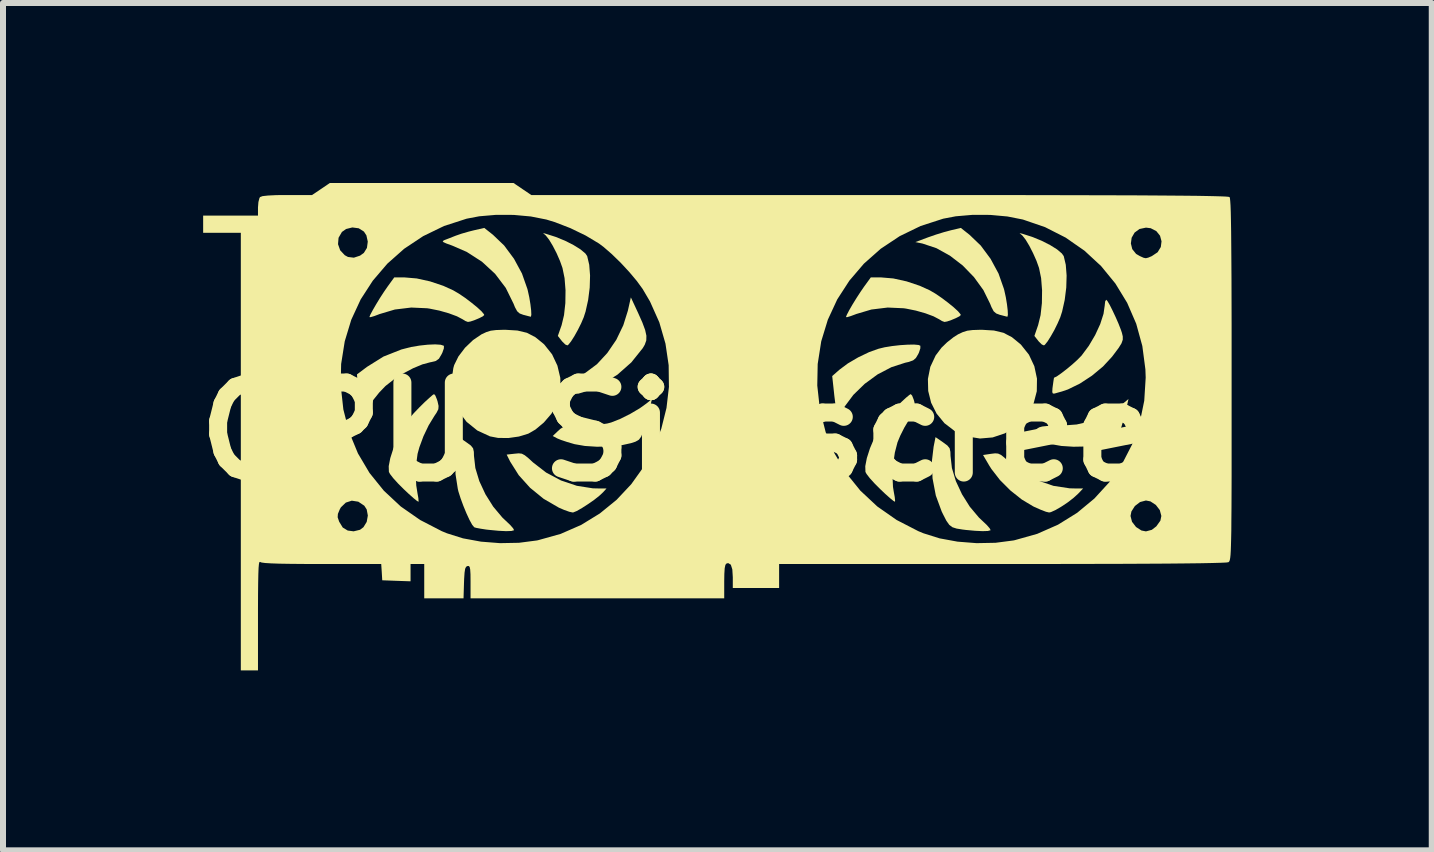
<source format=kicad_pcb>
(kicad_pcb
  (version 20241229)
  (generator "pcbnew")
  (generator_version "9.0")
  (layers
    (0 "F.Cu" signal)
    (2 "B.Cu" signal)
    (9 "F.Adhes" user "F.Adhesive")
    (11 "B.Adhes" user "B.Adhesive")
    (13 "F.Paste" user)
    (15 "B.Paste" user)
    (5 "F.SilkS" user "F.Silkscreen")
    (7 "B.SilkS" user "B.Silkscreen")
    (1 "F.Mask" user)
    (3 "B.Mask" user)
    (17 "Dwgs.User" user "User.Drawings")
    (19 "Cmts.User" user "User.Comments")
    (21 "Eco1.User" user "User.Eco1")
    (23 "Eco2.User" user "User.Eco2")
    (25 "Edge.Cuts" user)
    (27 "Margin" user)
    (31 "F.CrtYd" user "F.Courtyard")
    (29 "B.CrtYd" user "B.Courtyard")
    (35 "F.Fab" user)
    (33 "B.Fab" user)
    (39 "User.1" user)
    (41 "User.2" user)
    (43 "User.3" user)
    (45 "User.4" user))
  (footprint "GPU Silkscreen"
    (layer "F.Cu")
    (at 8.907 4.148)
    (property "Reference" "GPU Silkscreen" (at 0 0 0) (layer "F.SilkS") (effects (font (size 1.5 1.5) (thickness 0.3))))
    (attr board_only exclude_from_pos_files exclude_from_bom)
    (fp_poly (pts (xy -1.323 -1.986) (xy -1.25 -1.822) (xy -1.204 -1.698) (xy -1.183 -1.602) (xy -1.185 -1.524) (xy -1.21 -1.453) (xy -1.244 -1.395) (xy -1.434 -1.158) (xy -1.666 -0.953) (xy -1.931 -0.787) (xy -2.122 -0.702) (xy -2.241 -0.659) (xy -2.317 -0.637) (xy -2.356 -0.636) (xy -2.367 -0.656) (xy -2.361 -0.694) (xy -2.346 -0.776) (xy -2.343 -0.83) (xy -2.329 -0.88) (xy -2.283 -0.93) (xy -2.196 -0.987) (xy -2.007 -1.128) (xy -1.835 -1.314) (xy -1.685 -1.534) (xy -1.568 -1.777) (xy -1.492 -2.019) (xy -1.442 -2.241)) (stroke (width 0) (type solid)) (fill yes) (layer "F.SilkS"))
    (fp_poly (pts (xy -3.259 0.364) (xy -3.21 0.39) (xy -3.147 0.441) (xy -3.072 0.51) (xy -2.855 0.678) (xy -2.607 0.81) (xy -2.343 0.899) (xy -2.076 0.941) (xy -2.003 0.943) (xy -1.848 0.944) (xy -1.903 1.005) (xy -1.965 1.063) (xy -2.053 1.133) (xy -2.155 1.204) (xy -2.256 1.269) (xy -2.343 1.319) (xy -2.402 1.343) (xy -2.412 1.344) (xy -2.468 1.332) (xy -2.555 1.301) (xy -2.643 1.263) (xy -2.896 1.116) (xy -3.122 0.932) (xy -3.311 0.722) (xy -3.453 0.497) (xy -3.512 0.379) (xy -3.378 0.364) (xy -3.31 0.358)) (stroke (width 0) (type solid)) (fill yes) (layer "F.SilkS"))
    (fp_poly (pts (xy 4.679 0.362) (xy 4.727 0.384) (xy 4.787 0.432) (xy 4.87 0.509) (xy 5.088 0.678) (xy 5.337 0.81) (xy 5.602 0.9) (xy 5.87 0.941) (xy 5.941 0.943) (xy 6.096 0.944) (xy 6.012 1.032) (xy 5.936 1.101) (xy 5.839 1.176) (xy 5.734 1.246) (xy 5.636 1.303) (xy 5.559 1.338) (xy 5.529 1.344) (xy 5.477 1.332) (xy 5.391 1.299) (xy 5.287 1.253) (xy 5.262 1.241) (xy 5.074 1.128) (xy 4.884 0.977) (xy 4.71 0.803) (xy 4.569 0.621) (xy 4.535 0.568) (xy 4.428 0.386) (xy 4.562 0.366) (xy 4.629 0.358)) (stroke (width 0) (type solid)) (fill yes) (layer "F.SilkS"))
    (fp_poly (pts (xy 3.761 0.174) (xy 3.834 0.228) (xy 3.871 0.274) (xy 3.884 0.334) (xy 3.886 0.4) (xy 3.909 0.603) (xy 3.975 0.821) (xy 4.077 1.04) (xy 4.207 1.247) (xy 4.359 1.428) (xy 4.416 1.482) (xy 4.489 1.551) (xy 4.538 1.607) (xy 4.554 1.638) (xy 4.553 1.64) (xy 4.509 1.652) (xy 4.42 1.655) (xy 4.294 1.649) (xy 4.143 1.635) (xy 4.086 1.628) (xy 3.987 1.612) (xy 3.918 1.59) (xy 3.865 1.55) (xy 3.817 1.482) (xy 3.762 1.375) (xy 3.739 1.328) (xy 3.641 1.062) (xy 3.586 0.774) (xy 3.576 0.484) (xy 3.604 0.249) (xy 3.636 0.088)) (stroke (width 0) (type solid)) (fill yes) (layer "F.SilkS"))
    (fp_poly (pts (xy 6.808 -0.352) (xy 6.776 -0.224) (xy 6.737 -0.092) (xy 6.709 -0.008) (xy 6.673 0.08) (xy 6.635 0.131) (xy 6.577 0.164) (xy 6.505 0.188) (xy 6.342 0.224) (xy 6.145 0.244) (xy 5.935 0.248) (xy 5.734 0.235) (xy 5.562 0.205) (xy 5.551 0.202) (xy 5.439 0.169) (xy 5.339 0.136) (xy 5.274 0.109) (xy 5.272 0.108) (xy 5.199 0.069) (xy 5.286 -0.014) (xy 5.326 -0.051) (xy 5.364 -0.075) (xy 5.414 -0.089) (xy 5.487 -0.097) (xy 5.596 -0.1) (xy 5.694 -0.101) (xy 5.989 -0.123) (xy 6.251 -0.184) (xy 6.492 -0.289) (xy 6.723 -0.442) (xy 6.762 -0.473) (xy 6.852 -0.547)) (stroke (width 0) (type solid)) (fill yes) (layer "F.SilkS"))
    (fp_poly (pts (xy 4.202 -3.285) (xy 4.389 -3.106) (xy 4.553 -2.885) (xy 4.686 -2.639) (xy 4.776 -2.383) (xy 4.782 -2.36) (xy 4.808 -2.242) (xy 4.827 -2.126) (xy 4.839 -2.025) (xy 4.842 -1.952) (xy 4.835 -1.92) (xy 4.832 -1.919) (xy 4.795 -1.928) (xy 4.727 -1.946) (xy 4.71 -1.95) (xy 4.648 -1.973) (xy 4.605 -2.01) (xy 4.569 -2.078) (xy 4.546 -2.135) (xy 4.433 -2.364) (xy 4.277 -2.579) (xy 4.089 -2.773) (xy 3.877 -2.936) (xy 3.652 -3.061) (xy 3.424 -3.137) (xy 3.413 -3.14) (xy 3.3 -3.163) (xy 3.514 -3.243) (xy 3.644 -3.288) (xy 3.78 -3.33) (xy 3.893 -3.36) (xy 3.893 -3.36) (xy 4.058 -3.399)) (stroke (width 0) (type solid)) (fill yes) (layer "F.SilkS"))
    (fp_poly (pts (xy -4.183 0.174) (xy -4.109 0.228) (xy -4.072 0.274) (xy -4.059 0.333) (xy -4.057 0.4) (xy -4.034 0.603) (xy -3.968 0.821) (xy -3.866 1.04) (xy -3.736 1.247) (xy -3.584 1.428) (xy -3.527 1.482) (xy -3.454 1.551) (xy -3.405 1.607) (xy -3.389 1.638) (xy -3.39 1.64) (xy -3.433 1.652) (xy -3.522 1.655) (xy -3.646 1.649) (xy -3.794 1.635) (xy -3.85 1.629) (xy -3.947 1.614) (xy -4.021 1.6) (xy -4.053 1.59) (xy -4.087 1.549) (xy -4.132 1.467) (xy -4.183 1.357) (xy -4.234 1.233) (xy -4.28 1.108) (xy -4.316 0.995) (xy -4.326 0.953) (xy -4.365 0.703) (xy -4.365 0.462) (xy -4.34 0.268) (xy -4.309 0.087)) (stroke (width 0) (type solid)) (fill yes) (layer "F.SilkS"))
    (fp_poly (pts (xy -1.135 -0.352) (xy -1.167 -0.224) (xy -1.205 -0.092) (xy -1.234 -0.008) (xy -1.27 0.08) (xy -1.308 0.131) (xy -1.365 0.164) (xy -1.438 0.188) (xy -1.601 0.224) (xy -1.798 0.244) (xy -2.008 0.248) (xy -2.209 0.235) (xy -2.381 0.205) (xy -2.391 0.202) (xy -2.504 0.169) (xy -2.603 0.136) (xy -2.669 0.109) (xy -2.671 0.108) (xy -2.744 0.069) (xy -2.657 -0.014) (xy -2.617 -0.05) (xy -2.579 -0.074) (xy -2.529 -0.089) (xy -2.455 -0.097) (xy -2.345 -0.1) (xy -2.25 -0.102) (xy -2.016 -0.113) (xy -1.836 -0.139) (xy -1.771 -0.156) (xy -1.621 -0.215) (xy -1.453 -0.299) (xy -1.292 -0.394) (xy -1.181 -0.474) (xy -1.091 -0.547)) (stroke (width 0) (type solid)) (fill yes) (layer "F.SilkS"))
    (fp_poly (pts (xy 3.354 -1.448) (xy 3.383 -1.435) (xy 3.383 -1.392) (xy 3.36 -1.322) (xy 3.347 -1.295) (xy 3.308 -1.23) (xy 3.263 -1.192) (xy 3.192 -1.166) (xy 3.13 -1.152) (xy 2.901 -1.078) (xy 2.671 -0.958) (xy 2.456 -0.801) (xy 2.267 -0.617) (xy 2.125 -0.427) (xy 2.072 -0.343) (xy 2.032 -0.282) (xy 2.014 -0.258) (xy 2.013 -0.257) (xy 2.002 -0.281) (xy 1.989 -0.327) (xy 1.978 -0.386) (xy 1.964 -0.484) (xy 1.949 -0.605) (xy 1.943 -0.663) (xy 1.914 -0.93) (xy 2.036 -1.037) (xy 2.174 -1.14) (xy 2.346 -1.241) (xy 2.529 -1.329) (xy 2.686 -1.385) (xy 2.789 -1.41) (xy 2.913 -1.43) (xy 3.045 -1.445) (xy 3.171 -1.453) (xy 3.278 -1.455)) (stroke (width 0) (type solid)) (fill yes) (layer "F.SilkS"))
    (fp_poly (pts (xy 4.61 -1.689) (xy 4.769 -1.651) (xy 4.909 -1.578) (xy 5.046 -1.466) (xy 5.06 -1.453) (xy 5.193 -1.286) (xy 5.283 -1.094) (xy 5.327 -0.887) (xy 5.324 -0.677) (xy 5.271 -0.475) (xy 5.249 -0.425) (xy 5.128 -0.237) (xy 4.972 -0.085) (xy 4.789 0.026) (xy 4.588 0.093) (xy 4.377 0.111) (xy 4.166 0.077) (xy 4.152 0.073) (xy 3.951 -0.017) (xy 3.784 -0.145) (xy 3.654 -0.304) (xy 3.563 -0.485) (xy 3.514 -0.681) (xy 3.509 -0.882) (xy 3.549 -1.083) (xy 3.638 -1.273) (xy 3.735 -1.402) (xy 3.829 -1.493) (xy 3.937 -1.578) (xy 4.011 -1.625) (xy 4.092 -1.663) (xy 4.166 -1.686) (xy 4.254 -1.697) (xy 4.376 -1.701) (xy 4.414 -1.701)) (stroke (width 0) (type solid)) (fill yes) (layer "F.SilkS"))
    (fp_poly (pts (xy -3.741 -3.285) (xy -3.554 -3.106) (xy -3.39 -2.885) (xy -3.257 -2.639) (xy -3.167 -2.383) (xy -3.161 -2.36) (xy -3.135 -2.242) (xy -3.116 -2.126) (xy -3.104 -2.025) (xy -3.101 -1.952) (xy -3.108 -1.92) (xy -3.111 -1.919) (xy -3.148 -1.928) (xy -3.216 -1.946) (xy -3.233 -1.95) (xy -3.295 -1.973) (xy -3.337 -2.01) (xy -3.374 -2.078) (xy -3.397 -2.135) (xy -3.527 -2.399) (xy -3.705 -2.634) (xy -3.924 -2.836) (xy -4.179 -3) (xy -4.421 -3.105) (xy -4.518 -3.14) (xy -4.568 -3.163) (xy -4.578 -3.179) (xy -4.554 -3.194) (xy -4.542 -3.199) (xy -4.469 -3.227) (xy -4.378 -3.263) (xy -4.357 -3.271) (xy -4.265 -3.303) (xy -4.147 -3.337) (xy -4.064 -3.358) (xy -3.885 -3.399)) (stroke (width 0) (type solid)) (fill yes) (layer "F.SilkS"))
    (fp_poly (pts (xy -4.612 -1.452) (xy -4.562 -1.436) (xy -4.558 -1.431) (xy -4.559 -1.391) (xy -4.583 -1.322) (xy -4.598 -1.292) (xy -4.641 -1.219) (xy -4.692 -1.182) (xy -4.772 -1.162) (xy -4.785 -1.16) (xy -4.916 -1.125) (xy -5.072 -1.06) (xy -5.237 -0.973) (xy -5.393 -0.873) (xy -5.526 -0.769) (xy -5.537 -0.759) (xy -5.636 -0.656) (xy -5.732 -0.536) (xy -5.801 -0.433) (xy -5.852 -0.347) (xy -5.894 -0.284) (xy -5.917 -0.258) (xy -5.918 -0.258) (xy -5.936 -0.282) (xy -5.953 -0.336) (xy -5.963 -0.399) (xy -5.974 -0.502) (xy -5.985 -0.626) (xy -5.989 -0.686) (xy -6.007 -0.958) (xy -5.839 -1.084) (xy -5.565 -1.255) (xy -5.267 -1.373) (xy -5.107 -1.414) (xy -4.964 -1.438) (xy -4.826 -1.453) (xy -4.704 -1.458)) (stroke (width 0) (type solid)) (fill yes) (layer "F.SilkS"))
    (fp_poly (pts (xy -3.333 -1.689) (xy -3.174 -1.651) (xy -3.034 -1.578) (xy -2.896 -1.466) (xy -2.883 -1.453) (xy -2.755 -1.292) (xy -2.666 -1.103) (xy -2.618 -0.899) (xy -2.615 -0.693) (xy -2.659 -0.497) (xy -2.678 -0.451) (xy -2.768 -0.3) (xy -2.892 -0.156) (xy -3.033 -0.038) (xy -3.151 0.03) (xy -3.308 0.078) (xy -3.484 0.103) (xy -3.656 0.101) (xy -3.791 0.075) (xy -4.002 -0.023) (xy -4.18 -0.167) (xy -4.321 -0.353) (xy -4.347 -0.4) (xy -4.397 -0.542) (xy -4.424 -0.714) (xy -4.425 -0.895) (xy -4.401 -1.063) (xy -4.387 -1.113) (xy -4.316 -1.257) (xy -4.206 -1.402) (xy -4.071 -1.531) (xy -3.932 -1.625) (xy -3.851 -1.663) (xy -3.777 -1.686) (xy -3.688 -1.697) (xy -3.567 -1.701) (xy -3.529 -1.701)) (stroke (width 0) (type solid)) (fill yes) (layer "F.SilkS"))
    (fp_poly (pts (xy -2.884 -3.308) (xy -2.857 -3.301) (xy -2.697 -3.25) (xy -2.54 -3.186) (xy -2.398 -3.114) (xy -2.281 -3.041) (xy -2.2 -2.973) (xy -2.17 -2.929) (xy -2.136 -2.785) (xy -2.122 -2.605) (xy -2.128 -2.404) (xy -2.154 -2.198) (xy -2.197 -2.005) (xy -2.228 -1.909) (xy -2.271 -1.808) (xy -2.326 -1.698) (xy -2.384 -1.594) (xy -2.439 -1.508) (xy -2.483 -1.453) (xy -2.5 -1.441) (xy -2.535 -1.456) (xy -2.584 -1.504) (xy -2.594 -1.516) (xy -2.659 -1.599) (xy -2.596 -1.779) (xy -2.556 -1.946) (xy -2.534 -2.146) (xy -2.531 -2.359) (xy -2.547 -2.562) (xy -2.582 -2.732) (xy -2.624 -2.85) (xy -2.68 -2.978) (xy -2.743 -3.1) (xy -2.805 -3.203) (xy -2.859 -3.272) (xy -2.879 -3.29) (xy -2.906 -3.31)) (stroke (width 0) (type solid)) (fill yes) (layer "F.SilkS"))
    (fp_poly (pts (xy 5.059 -3.308) (xy 5.086 -3.301) (xy 5.246 -3.25) (xy 5.403 -3.186) (xy 5.545 -3.114) (xy 5.662 -3.041) (xy 5.742 -2.973) (xy 5.773 -2.929) (xy 5.807 -2.785) (xy 5.821 -2.605) (xy 5.815 -2.404) (xy 5.789 -2.198) (xy 5.746 -2.005) (xy 5.715 -1.909) (xy 5.671 -1.808) (xy 5.617 -1.698) (xy 5.558 -1.594) (xy 5.504 -1.508) (xy 5.46 -1.453) (xy 5.443 -1.441) (xy 5.408 -1.456) (xy 5.359 -1.504) (xy 5.349 -1.516) (xy 5.284 -1.599) (xy 5.346 -1.779) (xy 5.387 -1.946) (xy 5.409 -2.146) (xy 5.412 -2.359) (xy 5.396 -2.562) (xy 5.361 -2.732) (xy 5.319 -2.85) (xy 5.262 -2.978) (xy 5.2 -3.1) (xy 5.138 -3.203) (xy 5.084 -3.272) (xy 5.063 -3.29) (xy 5.037 -3.31)) (stroke (width 0) (type solid)) (fill yes) (layer "F.SilkS"))
    (fp_poly (pts (xy -5.011 -2.557) (xy -4.789 -2.508) (xy -4.568 -2.434) (xy -4.403 -2.359) (xy -4.309 -2.304) (xy -4.204 -2.233) (xy -4.1 -2.154) (xy -4.005 -2.077) (xy -3.932 -2.01) (xy -3.891 -1.961) (xy -3.886 -1.947) (xy -3.91 -1.925) (xy -3.969 -1.895) (xy -4.043 -1.864) (xy -4.113 -1.84) (xy -4.158 -1.832) (xy -4.201 -1.848) (xy -4.246 -1.876) (xy -4.341 -1.926) (xy -4.476 -1.976) (xy -4.634 -2.021) (xy -4.797 -2.054) (xy -4.837 -2.06) (xy -5.103 -2.072) (xy -5.376 -2.039) (xy -5.631 -1.963) (xy -5.633 -1.962) (xy -5.718 -1.93) (xy -5.779 -1.912) (xy -5.8 -1.913) (xy -5.785 -1.952) (xy -5.745 -2.027) (xy -5.689 -2.124) (xy -5.624 -2.231) (xy -5.557 -2.334) (xy -5.5 -2.417) (xy -5.386 -2.574) (xy -5.212 -2.574)) (stroke (width 0) (type solid)) (fill yes) (layer "F.SilkS"))
    (fp_poly (pts (xy 2.932 -2.557) (xy 3.154 -2.508) (xy 3.375 -2.434) (xy 3.54 -2.359) (xy 3.634 -2.304) (xy 3.738 -2.233) (xy 3.843 -2.154) (xy 3.938 -2.077) (xy 4.011 -2.01) (xy 4.052 -1.961) (xy 4.057 -1.947) (xy 4.033 -1.925) (xy 3.974 -1.895) (xy 3.9 -1.864) (xy 3.83 -1.84) (xy 3.785 -1.832) (xy 3.742 -1.848) (xy 3.697 -1.876) (xy 3.602 -1.926) (xy 3.467 -1.976) (xy 3.309 -2.021) (xy 3.146 -2.054) (xy 3.106 -2.06) (xy 2.839 -2.072) (xy 2.567 -2.039) (xy 2.311 -1.963) (xy 2.31 -1.962) (xy 2.224 -1.93) (xy 2.164 -1.912) (xy 2.143 -1.913) (xy 2.158 -1.952) (xy 2.197 -2.027) (xy 2.253 -2.124) (xy 2.319 -2.231) (xy 2.386 -2.334) (xy 2.443 -2.417) (xy 2.557 -2.574) (xy 2.731 -2.574)) (stroke (width 0) (type solid)) (fill yes) (layer "F.SilkS"))
    (fp_poly (pts (xy -4.7 -0.604) (xy -4.675 -0.542) (xy -4.664 -0.508) (xy -4.647 -0.432) (xy -4.651 -0.377) (xy -4.681 -0.318) (xy -4.717 -0.265) (xy -4.812 -0.109) (xy -4.899 0.073) (xy -4.967 0.257) (xy -4.997 0.366) (xy -5.019 0.529) (xy -5.027 0.714) (xy -5.019 0.893) (xy -4.998 1.026) (xy -4.984 1.104) (xy -4.98 1.156) (xy -4.982 1.165) (xy -5.007 1.151) (xy -5.063 1.106) (xy -5.143 1.035) (xy -5.227 0.956) (xy -5.322 0.861) (xy -5.402 0.773) (xy -5.456 0.703) (xy -5.475 0.668) (xy -5.478 0.572) (xy -5.452 0.438) (xy -5.4 0.275) (xy -5.323 0.092) (xy -5.308 0.059) (xy -5.237 -0.077) (xy -5.161 -0.193) (xy -5.063 -0.308) (xy -4.97 -0.405) (xy -4.878 -0.496) (xy -4.799 -0.568) (xy -4.744 -0.616) (xy -4.722 -0.629)) (stroke (width 0) (type solid)) (fill yes) (layer "F.SilkS"))
    (fp_poly (pts (xy 3.246 -0.604) (xy 3.271 -0.541) (xy 3.282 -0.504) (xy 3.296 -0.438) (xy 3.297 -0.388) (xy 3.278 -0.334) (xy 3.235 -0.263) (xy 3.189 -0.193) (xy 3.116 -0.071) (xy 3.048 0.064) (xy 3.002 0.175) (xy 2.958 0.345) (xy 2.93 0.54) (xy 2.919 0.738) (xy 2.927 0.917) (xy 2.94 0.999) (xy 2.956 1.086) (xy 2.962 1.147) (xy 2.96 1.165) (xy 2.936 1.152) (xy 2.879 1.106) (xy 2.799 1.035) (xy 2.716 0.956) (xy 2.621 0.861) (xy 2.541 0.773) (xy 2.487 0.703) (xy 2.468 0.668) (xy 2.465 0.572) (xy 2.491 0.438) (xy 2.543 0.275) (xy 2.62 0.092) (xy 2.635 0.059) (xy 2.706 -0.077) (xy 2.782 -0.193) (xy 2.88 -0.308) (xy 2.973 -0.405) (xy 3.065 -0.496) (xy 3.144 -0.569) (xy 3.201 -0.616) (xy 3.223 -0.629)) (stroke (width 0) (type solid)) (fill yes) (layer "F.SilkS"))
    (fp_poly (pts (xy 6.503 -2.178) (xy 6.541 -2.113) (xy 6.587 -2.021) (xy 6.638 -1.913) (xy 6.686 -1.803) (xy 6.725 -1.703) (xy 6.742 -1.653) (xy 6.757 -1.591) (xy 6.757 -1.536) (xy 6.736 -1.476) (xy 6.689 -1.4) (xy 6.612 -1.297) (xy 6.578 -1.252) (xy 6.427 -1.089) (xy 6.243 -0.936) (xy 6.043 -0.805) (xy 5.843 -0.707) (xy 5.743 -0.673) (xy 5.667 -0.652) (xy 5.622 -0.639) (xy 5.593 -0.638) (xy 5.582 -0.662) (xy 5.585 -0.726) (xy 5.59 -0.763) (xy 5.601 -0.843) (xy 5.609 -0.893) (xy 5.611 -0.902) (xy 5.657 -0.924) (xy 5.731 -0.976) (xy 5.822 -1.046) (xy 5.916 -1.124) (xy 6.001 -1.201) (xy 6.064 -1.265) (xy 6.069 -1.27) (xy 6.191 -1.434) (xy 6.297 -1.614) (xy 6.381 -1.796) (xy 6.436 -1.967) (xy 6.457 -2.112) (xy 6.457 -2.116) (xy 6.464 -2.176) (xy 6.481 -2.202) (xy 6.481 -2.202)) (stroke (width 0) (type solid)) (fill yes) (layer "F.SilkS"))
    (fp_poly (pts (xy -3.249 -4.047) (xy -3.101 -3.947) (xy 2.701 -3.947) (xy 3.412 -3.947) (xy 4.068 -3.947) (xy 4.67 -3.947) (xy 5.221 -3.946) (xy 5.722 -3.945) (xy 6.175 -3.944) (xy 6.581 -3.943) (xy 6.944 -3.942) (xy 7.264 -3.94) (xy 7.543 -3.938) (xy 7.784 -3.936) (xy 7.988 -3.934) (xy 8.156 -3.931) (xy 8.291 -3.928) (xy 8.395 -3.925) (xy 8.469 -3.922) (xy 8.516 -3.918) (xy 8.536 -3.914) (xy 8.537 -3.913) (xy 8.543 -3.894) (xy 8.548 -3.848) (xy 8.553 -3.772) (xy 8.557 -3.663) (xy 8.56 -3.52) (xy 8.563 -3.339) (xy 8.565 -3.119) (xy 8.567 -2.856) (xy 8.569 -2.548) (xy 8.57 -2.193) (xy 8.571 -1.788) (xy 8.571 -1.33) (xy 8.571 -0.868) (xy 8.571 -0.387) (xy 8.571 0.039) (xy 8.571 0.415) (xy 8.571 0.743) (xy 8.57 1.027) (xy 8.569 1.27) (xy 8.567 1.476) (xy 8.566 1.647) (xy 8.563 1.787) (xy 8.56 1.898) (xy 8.557 1.985) (xy 8.553 2.051) (xy 8.548 2.098) (xy 8.542 2.131) (xy 8.536 2.152) (xy 8.528 2.164) (xy 8.52 2.171) (xy 8.516 2.173) (xy 8.48 2.178) (xy 8.39 2.182) (xy 8.247 2.186) (xy 8.049 2.19) (xy 7.797 2.193) (xy 7.49 2.196) (xy 7.127 2.198) (xy 6.709 2.2) (xy 6.236 2.201) (xy 5.706 2.202) (xy 5.119 2.202) (xy 4.745 2.202) (xy 1.029 2.202) (xy 1.029 2.403) (xy 1.029 2.603) (xy 0.643 2.603) (xy 0.257 2.603) (xy 0.257 2.423) (xy 0.249 2.292) (xy 0.224 2.214) (xy 0.181 2.188) (xy 0.154 2.193) (xy 0.134 2.216) (xy 0.122 2.272) (xy 0.116 2.369) (xy 0.114 2.492) (xy 0.114 2.775) (xy -2 2.775) (xy -4.114 2.775) (xy -4.114 2.501) (xy -4.115 2.374) (xy -4.12 2.294) (xy -4.129 2.251) (xy -4.145 2.236) (xy -4.164 2.236) (xy -4.188 2.249) (xy -4.204 2.282) (xy -4.214 2.347) (xy -4.221 2.454) (xy -4.223 2.51) (xy -4.231 2.775) (xy -4.558 2.775) (xy -4.886 2.775) (xy -4.886 2.489) (xy -4.886 2.202) (xy -5 2.202) (xy -5.114 2.202) (xy -5.114 2.347) (xy -5.114 2.491) (xy -5.35 2.483) (xy -5.586 2.474) (xy -5.594 2.338) (xy -5.603 2.202) (xy -6.596 2.202) (xy -6.883 2.202) (xy -7.116 2.2) (xy -7.3 2.197) (xy -7.439 2.192) (xy -7.537 2.186) (xy -7.597 2.178) (xy -7.623 2.168) (xy -7.633 2.17) (xy -7.641 2.202) (xy -7.647 2.266) (xy -7.651 2.369) (xy -7.654 2.514) (xy -7.656 2.705) (xy -7.657 2.948) (xy -7.657 3.055) (xy -7.657 3.976) (xy -7.8 3.976) (xy -7.943 3.976) (xy -7.943 1.424) (xy -6.329 1.424) (xy -6.305 1.494) (xy -6.304 1.497) (xy -6.244 1.595) (xy -6.161 1.645) (xy -6.063 1.658) (xy -5.956 1.632) (xy -5.899 1.589) (xy -5.845 1.501) (xy -5.826 1.395) (xy -5.845 1.293) (xy -5.885 1.231) (xy -5.985 1.164) (xy -6.093 1.147) (xy -6.193 1.179) (xy -6.275 1.258) (xy -6.294 1.292) (xy -6.325 1.367) (xy -6.329 1.424) (xy -7.943 1.424) (xy -7.943 0.329) (xy -7.943 -0.772) (xy -6.278 -0.772) (xy -6.234 -0.373) (xy -6.137 0.005) (xy -5.991 0.359) (xy -5.798 0.685) (xy -5.559 0.981) (xy -5.277 1.244) (xy -4.954 1.469) (xy -4.594 1.655) (xy -4.507 1.691) (xy -4.24 1.775) (xy -3.94 1.83) (xy -3.623 1.855) (xy -3.307 1.849) (xy -3.007 1.81) (xy -2.985 1.805) (xy -2.613 1.701) (xy -2.27 1.551) (xy -1.959 1.36) (xy -1.68 1.133) (xy -1.436 0.873) (xy -1.23 0.585) (xy -1.061 0.274) (xy -0.934 -0.055) (xy -0.848 -0.399) (xy -0.807 -0.752) (xy -0.808 -0.772) (xy 1.665 -0.772) (xy 1.709 -0.373) (xy 1.805 0.005) (xy 1.952 0.359) (xy 2.145 0.685) (xy 2.384 0.981) (xy 2.666 1.244) (xy 2.988 1.469) (xy 3.349 1.655) (xy 3.436 1.691) (xy 3.703 1.775) (xy 4.003 1.83) (xy 4.32 1.855) (xy 4.636 1.849) (xy 4.935 1.81) (xy 4.958 1.805) (xy 5.331 1.7) (xy 5.678 1.547) (xy 5.912 1.402) (xy 6.886 1.402) (xy 6.911 1.499) (xy 6.978 1.586) (xy 7.068 1.644) (xy 7.143 1.659) (xy 7.241 1.633) (xy 7.316 1.575) (xy 7.384 1.48) (xy 7.4 1.402) (xy 7.374 1.304) (xy 7.308 1.218) (xy 7.218 1.159) (xy 7.143 1.144) (xy 7.045 1.17) (xy 6.959 1.236) (xy 6.901 1.327) (xy 6.886 1.402) (xy 5.912 1.402) (xy 5.997 1.349) (xy 6.283 1.112) (xy 6.533 0.839) (xy 6.745 0.536) (xy 6.915 0.205) (xy 7.039 -0.148) (xy 7.115 -0.519) (xy 7.139 -0.904) (xy 7.134 -1.042) (xy 7.083 -1.431) (xy 6.981 -1.802) (xy 6.83 -2.151) (xy 6.634 -2.472) (xy 6.395 -2.764) (xy 6.118 -3.02) (xy 5.945 -3.14) (xy 6.892 -3.14) (xy 6.915 -3.046) (xy 6.979 -2.966) (xy 7.041 -2.93) (xy 7.103 -2.902) (xy 7.141 -2.894) (xy 7.182 -2.904) (xy 7.241 -2.929) (xy 7.338 -2.994) (xy 7.391 -3.081) (xy 7.403 -3.176) (xy 7.378 -3.269) (xy 7.317 -3.345) (xy 7.223 -3.394) (xy 7.144 -3.404) (xy 7.035 -3.381) (xy 6.954 -3.321) (xy 6.905 -3.236) (xy 6.892 -3.14) (xy 5.945 -3.14) (xy 5.806 -3.237) (xy 5.462 -3.412) (xy 5.092 -3.539) (xy 4.834 -3.59) (xy 4.548 -3.616) (xy 4.254 -3.617) (xy 3.974 -3.593) (xy 3.764 -3.553) (xy 3.387 -3.431) (xy 3.039 -3.262) (xy 2.723 -3.052) (xy 2.442 -2.803) (xy 2.2 -2.52) (xy 1.998 -2.208) (xy 1.841 -1.869) (xy 1.731 -1.509) (xy 1.672 -1.131) (xy 1.665 -0.772) (xy -0.808 -0.772) (xy -0.812 -1.111) (xy -0.865 -1.47) (xy -0.968 -1.826) (xy -1.123 -2.173) (xy -1.246 -2.382) (xy -1.343 -2.515) (xy -1.47 -2.666) (xy -1.613 -2.82) (xy -1.76 -2.963) (xy -1.897 -3.082) (xy -1.973 -3.139) (xy -2.195 -3.272) (xy -2.449 -3.395) (xy -2.707 -3.495) (xy -2.851 -3.539) (xy -3.109 -3.59) (xy -3.395 -3.616) (xy -3.689 -3.617) (xy -3.969 -3.593) (xy -4.179 -3.553) (xy -4.556 -3.431) (xy -4.904 -3.262) (xy -5.22 -3.052) (xy -5.501 -2.803) (xy -5.743 -2.52) (xy -5.945 -2.208) (xy -6.102 -1.869) (xy -6.211 -1.509) (xy -6.271 -1.131) (xy -6.278 -0.772) (xy -7.943 -0.772) (xy -7.943 -3.128) (xy -6.323 -3.128) (xy -6.287 -3.026) (xy -6.21 -2.944) (xy -6.157 -2.915) (xy -6.059 -2.903) (xy -5.956 -2.937) (xy -5.893 -2.982) (xy -5.841 -3.066) (xy -5.827 -3.171) (xy -5.85 -3.275) (xy -5.891 -3.338) (xy -5.978 -3.393) (xy -6.084 -3.407) (xy -6.189 -3.381) (xy -6.258 -3.332) (xy -6.314 -3.235) (xy -6.323 -3.128) (xy -7.943 -3.128) (xy -7.943 -3.318) (xy -8.257 -3.318) (xy -8.571 -3.318) (xy -8.571 -3.461) (xy -8.571 -3.604) (xy -8.114 -3.604) (xy -7.657 -3.604) (xy -7.657 -3.741) (xy -7.65 -3.83) (xy -7.633 -3.896) (xy -7.623 -3.913) (xy -7.581 -3.929) (xy -7.49 -3.939) (xy -7.347 -3.946) (xy -7.172 -3.947) (xy -6.756 -3.947) (xy -6.608 -4.047) (xy -6.459 -4.148) (xy -4.929 -4.148) (xy -3.398 -4.148)) (stroke (width 0) (type solid)) (fill yes) (layer "F.SilkS")))
  (gr_rect
    (start -3 -3)
    (end 20.814 11.123)
    (stroke (width 0.1) (type default))
    (fill no)
    (layer "Edge.Cuts")))
</source>
